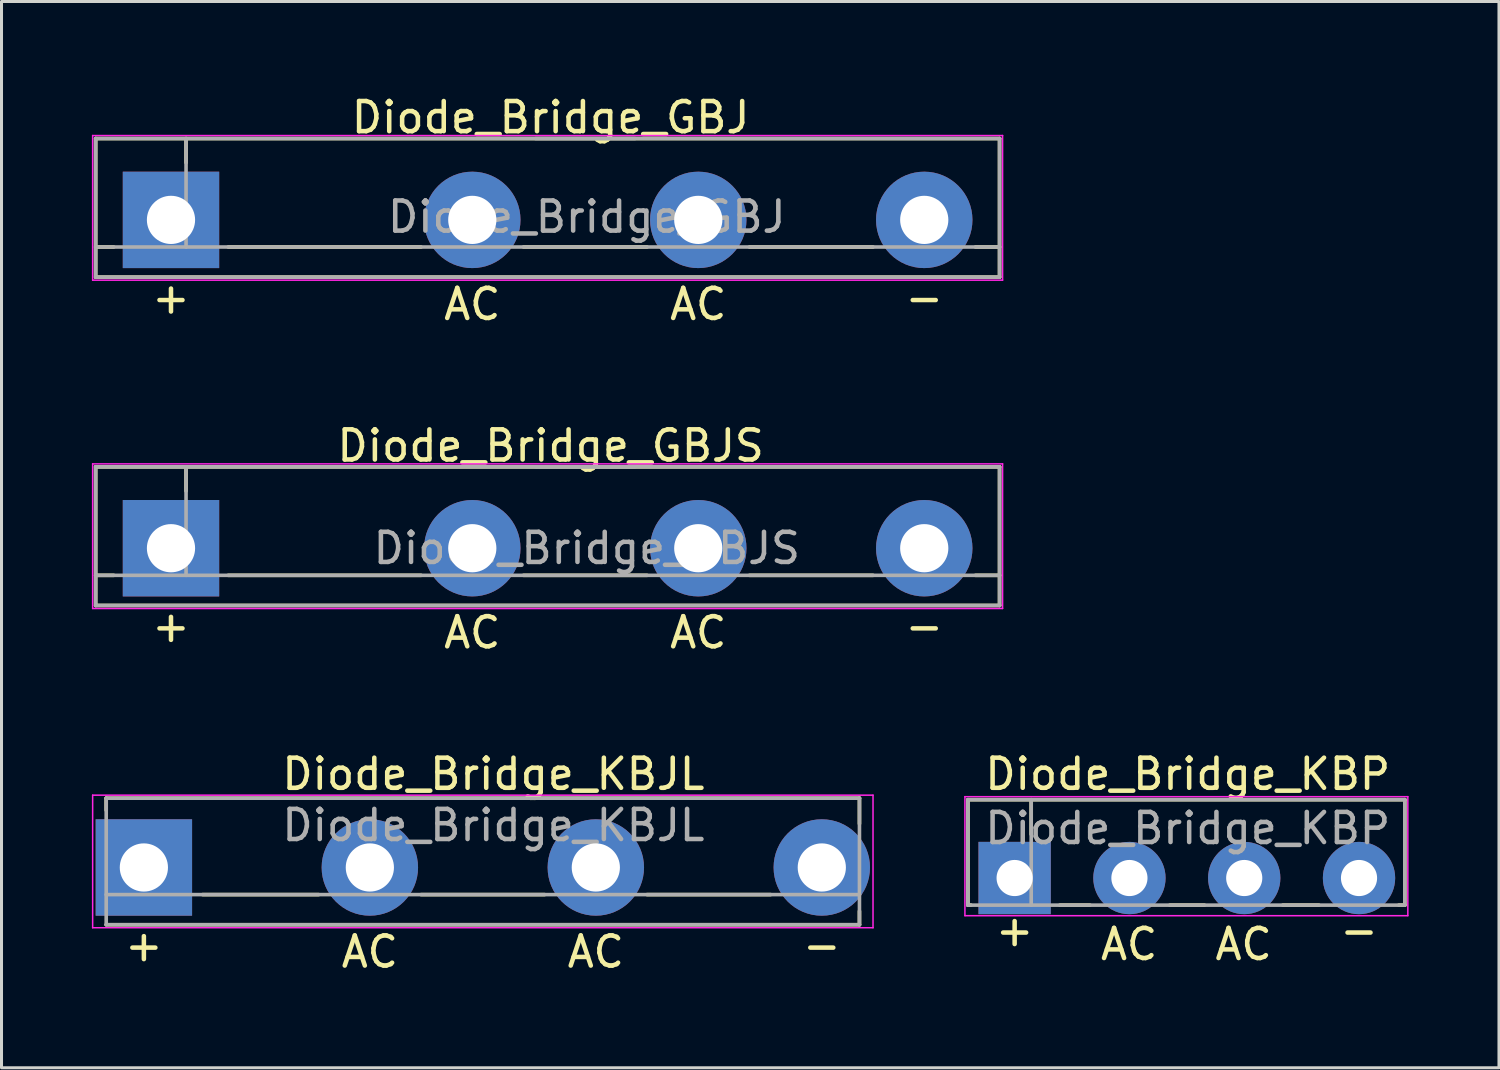
<source format=kicad_pcb>
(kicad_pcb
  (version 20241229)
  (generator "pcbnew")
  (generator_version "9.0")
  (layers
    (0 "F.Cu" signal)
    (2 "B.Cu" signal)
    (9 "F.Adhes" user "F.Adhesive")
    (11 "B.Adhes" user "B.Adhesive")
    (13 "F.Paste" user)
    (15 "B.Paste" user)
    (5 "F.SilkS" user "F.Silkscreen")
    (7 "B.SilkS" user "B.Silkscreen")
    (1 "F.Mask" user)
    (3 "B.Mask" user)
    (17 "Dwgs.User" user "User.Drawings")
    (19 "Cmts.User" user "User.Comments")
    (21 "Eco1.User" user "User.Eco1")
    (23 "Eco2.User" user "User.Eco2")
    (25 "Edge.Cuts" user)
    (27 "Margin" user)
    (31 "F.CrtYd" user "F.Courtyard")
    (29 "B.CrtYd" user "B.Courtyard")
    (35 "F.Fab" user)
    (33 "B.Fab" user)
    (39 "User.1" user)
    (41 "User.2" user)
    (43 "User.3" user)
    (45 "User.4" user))
  (footprint "Diode_Bridge_GBJ"
    (layer "F.Cu")
    (at 2.625 4.248)
    (property "Reference" "Diode_Bridge_GBJ" (at 12.6 -3.4 0) (layer "F.SilkS") (effects (font (size 1 1) (thickness 0.15))))
    (fp_line (start -2.5 -2.7) (end -2.5 1.9) (stroke (width 0.12) (type solid)) (layer "F.SilkS"))
    (fp_line (start -2.5 -2.7) (end 27.5 -2.7) (stroke (width 0.12) (type solid)) (layer "F.SilkS"))
    (fp_line (start -1.9 0.9) (end -2.5 0.9) (stroke (width 0.12) (type solid)) (layer "F.SilkS"))
    (fp_line (start 0.5 -2.7) (end 0.5 -1.9) (stroke (width 0.12) (type solid)) (layer "F.SilkS"))
    (fp_line (start 8.3 0.9) (end 1.9 0.9) (stroke (width 0.12) (type solid)) (layer "F.SilkS"))
    (fp_line (start 15.8 0.9) (end 11.7 0.9) (stroke (width 0.12) (type solid)) (layer "F.SilkS"))
    (fp_line (start 23.3 0.9) (end 19.2 0.9) (stroke (width 0.12) (type solid)) (layer "F.SilkS"))
    (fp_line (start 27.5 -2.7) (end 27.5 1.9) (stroke (width 0.12) (type solid)) (layer "F.SilkS"))
    (fp_line (start 27.5 0.9) (end 26.7 0.9) (stroke (width 0.12) (type solid)) (layer "F.SilkS"))
    (fp_line (start 27.5 1.9) (end -2.5 1.9) (stroke (width 0.12) (type solid)) (layer "F.SilkS"))
    (fp_line (start -2.6 -2.8) (end -2.6 2) (stroke (width 0.05) (type solid)) (layer "F.CrtYd"))
    (fp_line (start -2.6 2) (end 27.6 2) (stroke (width 0.05) (type solid)) (layer "F.CrtYd"))
    (fp_line (start 27.6 -2.8) (end -2.6 -2.8) (stroke (width 0.05) (type solid)) (layer "F.CrtYd"))
    (fp_line (start 27.6 2) (end 27.6 -2.8) (stroke (width 0.05) (type solid)) (layer "F.CrtYd"))
    (fp_line (start -2.5 -2.7) (end 27.5 -2.7) (stroke (width 0.12) (type solid)) (layer "F.Fab"))
    (fp_line (start -2.5 0.9) (end 27.5 0.9) (stroke (width 0.12) (type solid)) (layer "F.Fab"))
    (fp_line (start -2.5 1.9) (end -2.5 -2.7) (stroke (width 0.12) (type solid)) (layer "F.Fab"))
    (fp_line (start 0.5 -2.7) (end 0.5 0.9) (stroke (width 0.12) (type solid)) (layer "F.Fab"))
    (fp_line (start 12.1 -2.7) (end 15.4 -2.7) (stroke (width 0.12) (type solid)) (layer "F.Fab"))
    (fp_line (start 27.5 -2.7) (end 27.5 1.9) (stroke (width 0.12) (type solid)) (layer "F.Fab"))
    (fp_line (start 27.5 1.9) (end -2.5 1.9) (stroke (width 0.12) (type solid)) (layer "F.Fab"))
    (fp_text user "-" (at 25 2.586 0) (layer "F.SilkS") (effects (font (size 1 1) (thickness 0.15))))
    (fp_text user "AC" (at 17.5 2.8 0) (layer "F.SilkS") (effects (font (size 1 1) (thickness 0.15))))
    (fp_text user "+" (at 0 2.586 0) (layer "F.SilkS") (effects (font (size 1 1) (thickness 0.15))))
    (fp_text user "AC" (at 10 2.8 0) (layer "F.SilkS") (effects (font (size 1 1) (thickness 0.15))))
    (fp_text user "${REFERENCE}" (at 13.8 -0.1 0) (layer "F.Fab") (effects (font (size 1 1) (thickness 0.15))))
    (pad "1" thru_hole rect (at 0 0 180) (size 3.2 3.2) (drill 1.6) (layers "*.Cu" "*.Mask"))
    (pad "2" thru_hole circle (at 10 0 180) (size 3.2 3.2) (drill 1.6) (layers "*.Cu" "*.Mask"))
    (pad "3" thru_hole circle (at 17.5 0 180) (size 3.2 3.2) (drill 1.6) (layers "*.Cu" "*.Mask"))
    (pad "4" thru_hole circle (at 25 0 180) (size 3.2 3.2) (drill 1.6) (layers "*.Cu" "*.Mask")))
  (footprint "Diode_Bridge_GBJS"
    (layer "F.Cu")
    (at 2.625 15.145)
    (property "Reference" "Diode_Bridge_GBJS" (at 12.6 -3.4 0) (layer "F.SilkS") (effects (font (size 1 1) (thickness 0.15))))
    (fp_line (start -2.5 -2.7) (end -2.5 1.9) (stroke (width 0.12) (type solid)) (layer "F.SilkS"))
    (fp_line (start -2.5 -2.7) (end 27.5 -2.7) (stroke (width 0.12) (type solid)) (layer "F.SilkS"))
    (fp_line (start -1.9 0.9) (end -2.5 0.9) (stroke (width 0.12) (type solid)) (layer "F.SilkS"))
    (fp_line (start 0.5 -2.7) (end 0.5 -1.9) (stroke (width 0.12) (type solid)) (layer "F.SilkS"))
    (fp_line (start 8.3 0.9) (end 1.9 0.9) (stroke (width 0.12) (type solid)) (layer "F.SilkS"))
    (fp_line (start 15.8 0.9) (end 11.7 0.9) (stroke (width 0.12) (type solid)) (layer "F.SilkS"))
    (fp_line (start 23.3 0.9) (end 19.2 0.9) (stroke (width 0.12) (type solid)) (layer "F.SilkS"))
    (fp_line (start 27.5 -2.7) (end 27.5 1.9) (stroke (width 0.12) (type solid)) (layer "F.SilkS"))
    (fp_line (start 27.5 0.9) (end 26.7 0.9) (stroke (width 0.12) (type solid)) (layer "F.SilkS"))
    (fp_line (start 27.5 1.9) (end -2.5 1.9) (stroke (width 0.12) (type solid)) (layer "F.SilkS"))
    (fp_line (start -2.6 -2.8) (end -2.6 2) (stroke (width 0.05) (type solid)) (layer "F.CrtYd"))
    (fp_line (start -2.6 2) (end 27.6 2) (stroke (width 0.05) (type solid)) (layer "F.CrtYd"))
    (fp_line (start 27.6 -2.8) (end -2.6 -2.8) (stroke (width 0.05) (type solid)) (layer "F.CrtYd"))
    (fp_line (start 27.6 2) (end 27.6 -2.8) (stroke (width 0.05) (type solid)) (layer "F.CrtYd"))
    (fp_line (start -2.5 -2.7) (end 27.5 -2.7) (stroke (width 0.12) (type solid)) (layer "F.Fab"))
    (fp_line (start -2.5 0.9) (end 27.5 0.9) (stroke (width 0.12) (type solid)) (layer "F.Fab"))
    (fp_line (start -2.5 1.9) (end -2.5 -2.7) (stroke (width 0.12) (type solid)) (layer "F.Fab"))
    (fp_line (start 0.5 -2.7) (end 0.5 0.9) (stroke (width 0.12) (type solid)) (layer "F.Fab"))
    (fp_line (start 12.1 -2.7) (end 15.4 -2.7) (stroke (width 0.12) (type solid)) (layer "F.Fab"))
    (fp_line (start 27.5 -2.7) (end 27.5 1.9) (stroke (width 0.12) (type solid)) (layer "F.Fab"))
    (fp_line (start 27.5 1.9) (end -2.5 1.9) (stroke (width 0.12) (type solid)) (layer "F.Fab"))
    (fp_text user "AC" (at 17.5 2.8 0) (layer "F.SilkS") (effects (font (size 1 1) (thickness 0.15))))
    (fp_text user "-" (at 25 2.586 0) (layer "F.SilkS") (effects (font (size 1 1) (thickness 0.15))))
    (fp_text user "+" (at 0 2.586 0) (layer "F.SilkS") (effects (font (size 1 1) (thickness 0.15))))
    (fp_text user "AC" (at 10 2.8 0) (layer "F.SilkS") (effects (font (size 1 1) (thickness 0.15))))
    (fp_text user "${REFERENCE}" (at 13.8 0 0) (layer "F.Fab") (effects (font (size 1 1) (thickness 0.15))))
    (pad "1" thru_hole rect (at 0 0 180) (size 3.2 3.2) (drill 1.6) (layers "*.Cu" "*.Mask"))
    (pad "2" thru_hole circle (at 10 0 180) (size 3.2 3.2) (drill 1.6) (layers "*.Cu" "*.Mask"))
    (pad "3" thru_hole circle (at 17.5 0 180) (size 3.2 3.2) (drill 1.6) (layers "*.Cu" "*.Mask"))
    (pad "4" thru_hole circle (at 25 0 180) (size 3.2 3.2) (drill 1.6) (layers "*.Cu" "*.Mask")))
  (footprint "Diode_Bridge_KBJL"
    (layer "F.Cu")
    (at 1.725 25.741)
    (property "Reference" "Diode_Bridge_KBJL" (at 11.6 -3.1 0) (layer "F.SilkS") (effects (font (size 1 1) (thickness 0.15))))
    (fp_line (start -1.25 -2.3) (end -1.25 -1.9) (stroke (width 0.12) (type solid)) (layer "F.SilkS"))
    (fp_line (start -1.25 -2.3) (end 23.75 -2.3) (stroke (width 0.12) (type solid)) (layer "F.SilkS"))
    (fp_line (start 1.95 0.9) (end 5.8 0.9) (stroke (width 0.12) (type solid)) (layer "F.SilkS"))
    (fp_line (start 9.2 0.9) (end 13.3 0.9) (stroke (width 0.12) (type solid)) (layer "F.SilkS"))
    (fp_line (start 16.7 0.9) (end 20.8 0.9) (stroke (width 0.12) (type solid)) (layer "F.SilkS"))
    (fp_line (start 23.75 -2.3) (end 23.75 -1.45) (stroke (width 0.12) (type solid)) (layer "F.SilkS"))
    (fp_line (start 23.75 1.45) (end 23.75 1.9) (stroke (width 0.12) (type solid)) (layer "F.SilkS"))
    (fp_line (start 23.75 1.9) (end -1.25 1.9) (stroke (width 0.12) (type solid)) (layer "F.SilkS"))
    (fp_line (start -1.7 -2.4) (end -1.7 2) (stroke (width 0.05) (type solid)) (layer "F.CrtYd"))
    (fp_line (start -1.7 2) (end 24.2 2) (stroke (width 0.05) (type solid)) (layer "F.CrtYd"))
    (fp_line (start 24.2 -2.4) (end -1.7 -2.4) (stroke (width 0.05) (type solid)) (layer "F.CrtYd"))
    (fp_line (start 24.2 2) (end 24.2 -2.4) (stroke (width 0.05) (type solid)) (layer "F.CrtYd"))
    (fp_line (start -1.25 -2.3) (end -1.25 1.9) (stroke (width 0.12) (type solid)) (layer "F.Fab"))
    (fp_line (start -1.25 0.9) (end 23.75 0.9) (stroke (width 0.12) (type solid)) (layer "F.Fab"))
    (fp_line (start -1.25 1.9) (end 23.75 1.9) (stroke (width 0.12) (type solid)) (layer "F.Fab"))
    (fp_line (start 23.75 -2.3) (end -1.25 -2.3) (stroke (width 0.12) (type solid)) (layer "F.Fab"))
    (fp_line (start 23.75 1.9) (end 23.75 -2.3) (stroke (width 0.12) (type solid)) (layer "F.Fab"))
    (fp_text user "+" (at 0 2.586 0) (layer "F.SilkS") (effects (font (size 1 1) (thickness 0.15))))
    (fp_text user "AC" (at 15 2.8 0) (layer "F.SilkS") (effects (font (size 1 1) (thickness 0.15))))
    (fp_text user "-" (at 22.5 2.586 0) (layer "F.SilkS") (effects (font (size 1 1) (thickness 0.15))))
    (fp_text user "AC" (at 7.5 2.8 0) (layer "F.SilkS") (effects (font (size 1 1) (thickness 0.15))))
    (fp_text user "${REFERENCE}" (at 11.6 -1.4 0) (layer "F.Fab") (effects (font (size 1 1) (thickness 0.15))))
    (pad "1" thru_hole rect (at 0 0 180) (size 3.2 3.2) (drill 1.6) (layers "*.Cu" "*.Mask"))
    (pad "2" thru_hole circle (at 7.5 0 180) (size 3.2 3.2) (drill 1.6) (layers "*.Cu" "*.Mask"))
    (pad "3" thru_hole circle (at 15 0 180) (size 3.2 3.2) (drill 1.6) (layers "*.Cu" "*.Mask"))
    (pad "4" thru_hole circle (at 22.5 0 180) (size 3.2 3.2) (drill 1.6) (layers "*.Cu" "*.Mask")))
  (footprint "Diode_Bridge_KBP"
    (layer "F.Cu")
    (at 30.625 26.091)
    (property "Reference" "Diode_Bridge_KBP" (at 5.745 -3.45 0) (layer "F.SilkS") (effects (font (size 1 1) (thickness 0.15))))
    (fp_line (start -1.55 -2.6) (end 12.95 -2.6) (stroke (width 0.12) (type solid)) (layer "F.SilkS"))
    (fp_line (start -1.55 0.9) (end -1.55 -2.6) (stroke (width 0.12) (type solid)) (layer "F.SilkS"))
    (fp_line (start -1.45 0.9) (end -1.55 0.9) (stroke (width 0.12) (type solid)) (layer "F.SilkS"))
    (fp_line (start 0.55 -2.6) (end 0.55 -1.45) (stroke (width 0.12) (type solid)) (layer "F.SilkS"))
    (fp_line (start 2.5 0.9) (end 1.5 0.9) (stroke (width 0.12) (type solid)) (layer "F.SilkS"))
    (fp_line (start 6.3 0.9) (end 5.15 0.9) (stroke (width 0.12) (type solid)) (layer "F.SilkS"))
    (fp_line (start 10.1 0.9) (end 8.9 0.9) (stroke (width 0.12) (type solid)) (layer "F.SilkS"))
    (fp_line (start 12.95 -2.6) (end 12.95 0.9) (stroke (width 0.12) (type solid)) (layer "F.SilkS"))
    (fp_line (start 12.95 0.9) (end 12.75 0.9) (stroke (width 0.12) (type solid)) (layer "F.SilkS"))
    (fp_line (start -1.65 -2.7) (end -1.65 1.25) (stroke (width 0.05) (type solid)) (layer "F.CrtYd"))
    (fp_line (start -1.65 1.25) (end 13.05 1.25) (stroke (width 0.05) (type solid)) (layer "F.CrtYd"))
    (fp_line (start 13.05 -2.7) (end -1.65 -2.7) (stroke (width 0.05) (type solid)) (layer "F.CrtYd"))
    (fp_line (start 13.05 1.25) (end 13.05 -2.7) (stroke (width 0.05) (type solid)) (layer "F.CrtYd"))
    (fp_line (start -1.55 -2.6) (end 12.95 -2.6) (stroke (width 0.12) (type solid)) (layer "F.Fab"))
    (fp_line (start -1.55 0.9) (end -1.55 -2.6) (stroke (width 0.12) (type solid)) (layer "F.Fab"))
    (fp_line (start 0.55 -2.6) (end 0.55 0.9) (stroke (width 0.12) (type solid)) (layer "F.Fab"))
    (fp_line (start 12.95 -2.6) (end 12.95 0.9) (stroke (width 0.12) (type solid)) (layer "F.Fab"))
    (fp_line (start 12.95 0.9) (end -1.55 0.9) (stroke (width 0.12) (type solid)) (layer "F.Fab"))
    (fp_text user "-" (at 11.43 1.736 0) (layer "F.SilkS") (effects (font (size 1 1) (thickness 0.15))))
    (fp_text user "+" (at 0 1.736 0) (layer "F.SilkS") (effects (font (size 1 1) (thickness 0.15))))
    (fp_text user "AC" (at 7.6 2.2 0) (layer "F.SilkS") (effects (font (size 1 1) (thickness 0.15))))
    (fp_text user "AC" (at 3.8 2.2 0) (layer "F.SilkS") (effects (font (size 1 1) (thickness 0.15))))
    (fp_text user "${REFERENCE}" (at 5.745 -1.65 0) (layer "F.Fab") (effects (font (size 1 1) (thickness 0.15))))
    (pad "1" thru_hole rect (at 0 0 180) (size 2.4 2.4) (drill 1.2) (layers "*.Cu" "*.Mask"))
    (pad "2" thru_hole circle (at 3.81 0 180) (size 2.4 2.4) (drill 1.2) (layers "*.Cu" "*.Mask"))
    (pad "3" thru_hole circle (at 7.62 0 180) (size 2.4 2.4) (drill 1.2) (layers "*.Cu" "*.Mask"))
    (pad "4" thru_hole circle (at 11.43 0 180) (size 2.4 2.4) (drill 1.2) (layers "*.Cu" "*.Mask")))
  (gr_rect
    (start -3 -3)
    (end 46.7 32.389)
    (stroke (width 0.1) (type default))
    (fill no)
    (layer "Edge.Cuts")))
</source>
